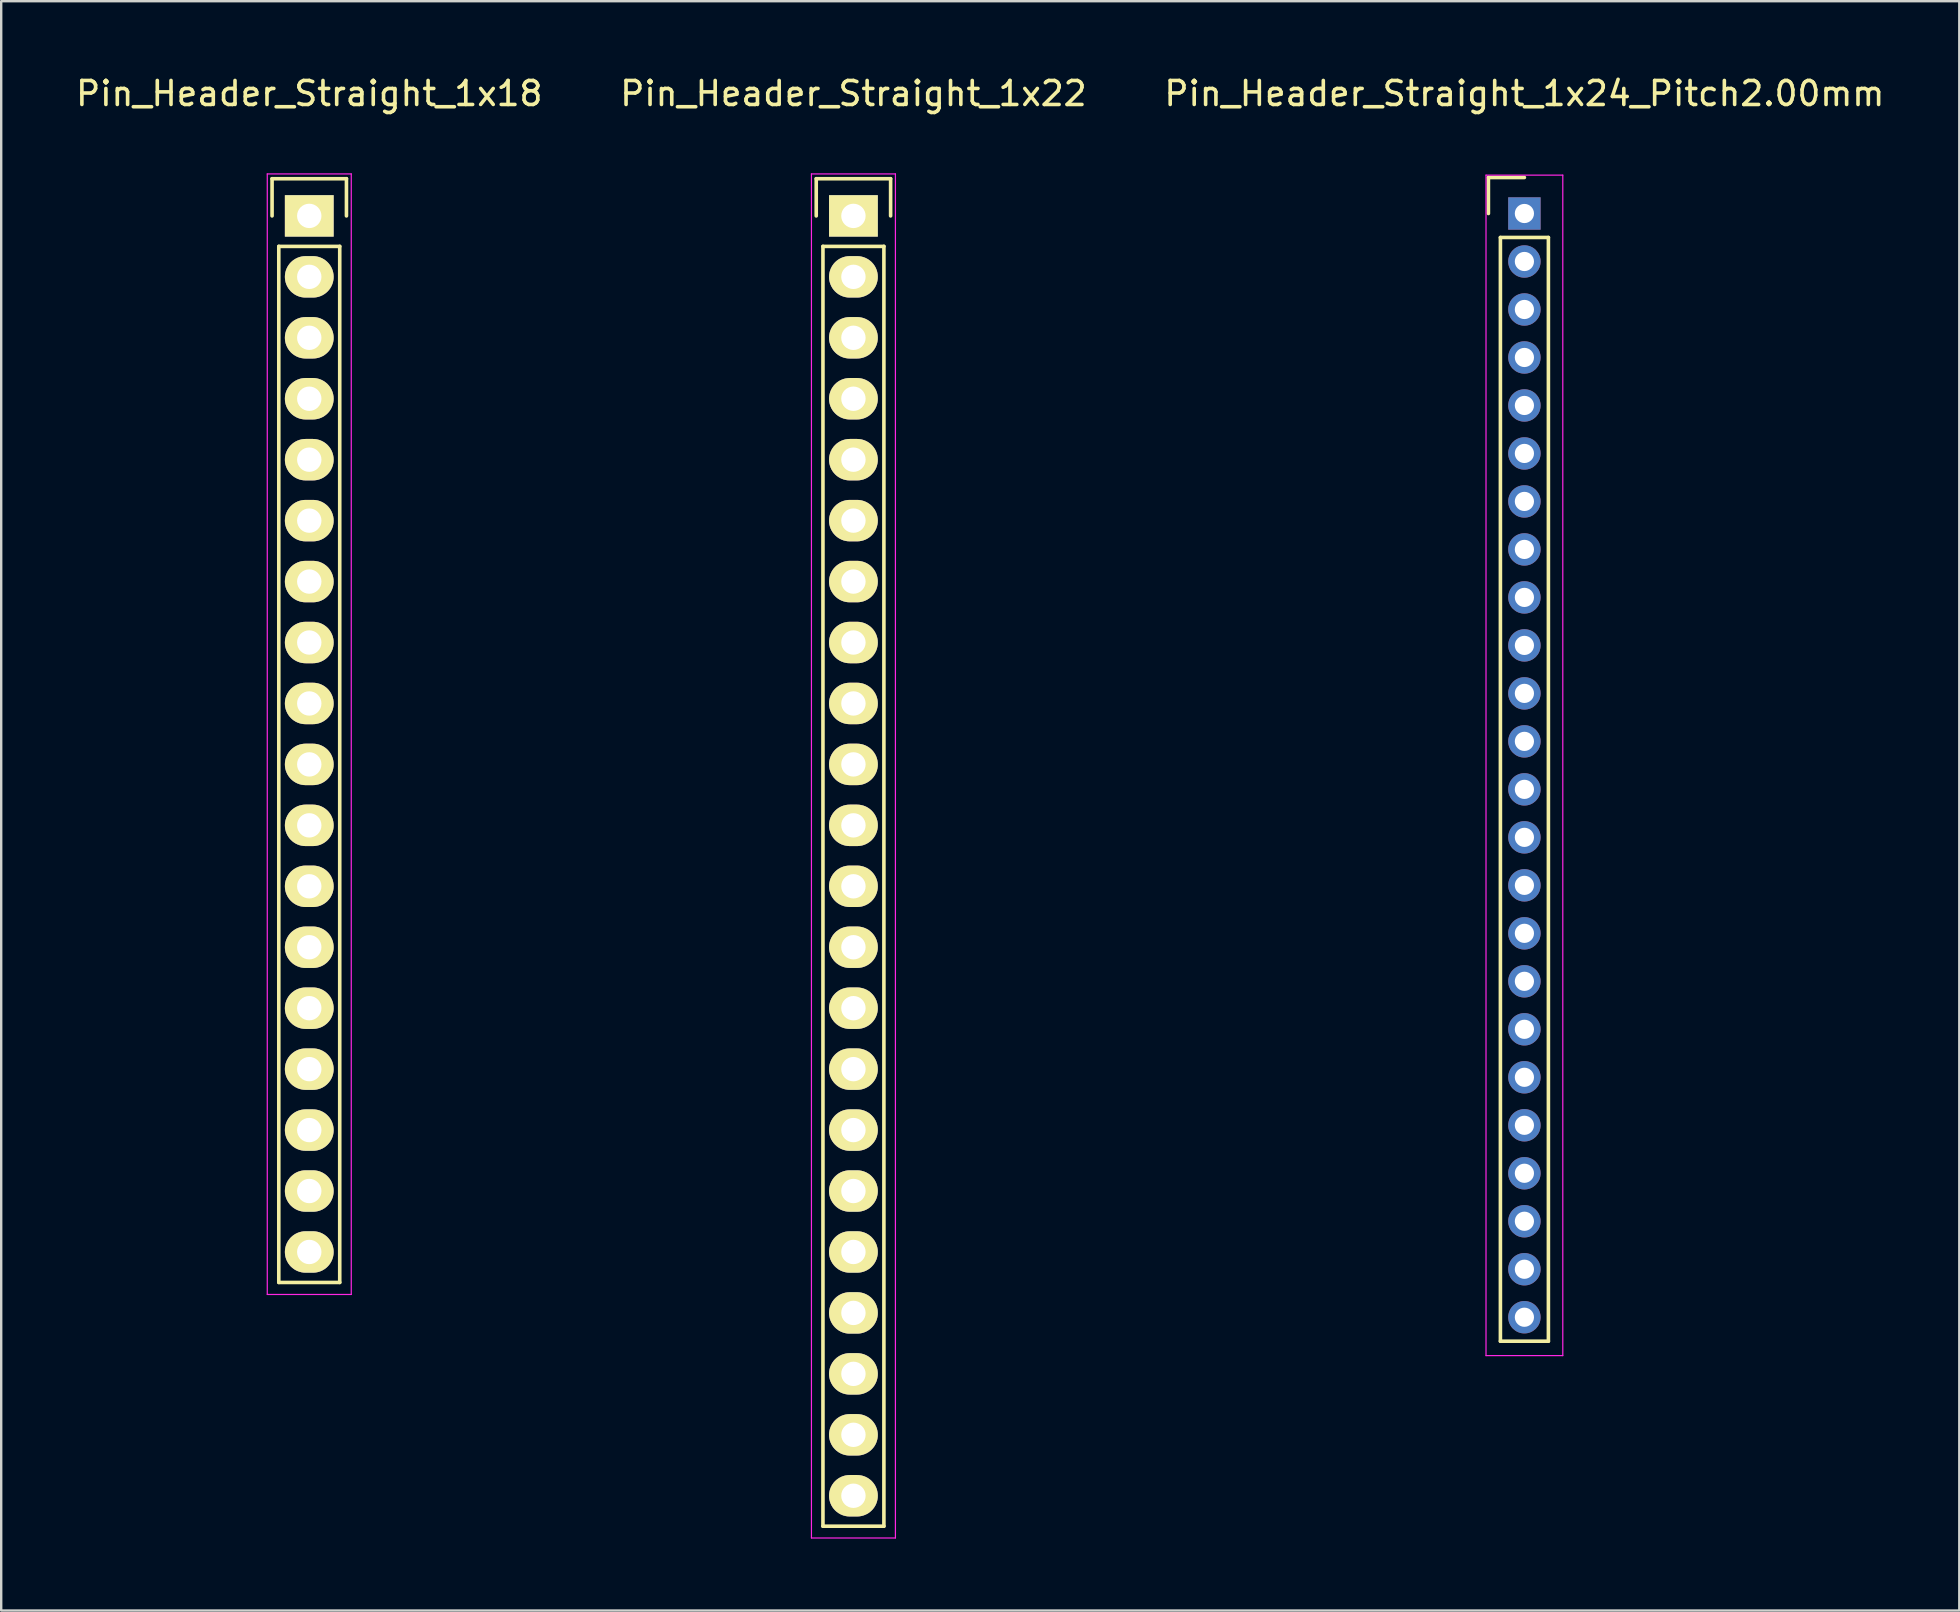
<source format=kicad_pcb>
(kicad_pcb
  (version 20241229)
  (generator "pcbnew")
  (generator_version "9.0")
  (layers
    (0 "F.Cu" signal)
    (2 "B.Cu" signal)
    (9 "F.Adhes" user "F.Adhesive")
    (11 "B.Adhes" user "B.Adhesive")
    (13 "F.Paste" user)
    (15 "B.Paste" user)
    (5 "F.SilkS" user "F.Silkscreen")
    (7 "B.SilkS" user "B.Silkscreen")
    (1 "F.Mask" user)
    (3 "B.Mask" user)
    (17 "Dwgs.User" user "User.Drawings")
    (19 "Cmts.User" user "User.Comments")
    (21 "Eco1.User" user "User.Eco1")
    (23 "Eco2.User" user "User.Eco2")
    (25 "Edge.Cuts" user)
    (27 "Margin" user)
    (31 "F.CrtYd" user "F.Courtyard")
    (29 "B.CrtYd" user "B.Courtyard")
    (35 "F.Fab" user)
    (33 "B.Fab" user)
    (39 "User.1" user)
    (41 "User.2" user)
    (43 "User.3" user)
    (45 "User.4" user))
  (footprint "Pin_Header_Straight_1x18"
    (layer "F.Cu")
    (at 9.839 5.948)
    (property "Reference" "Pin_Header_Straight_1x18" (at 0 -5.1 0) (layer "F.SilkS") (effects (font (size 1 1) (thickness 0.15))))
    (attr through_hole)
    (fp_line (start -1.55 -1.55) (end 1.55 -1.55) (stroke (width 0.15) (type solid)) (layer "F.SilkS"))
    (fp_line (start -1.55 0) (end -1.55 -1.55) (stroke (width 0.15) (type solid)) (layer "F.SilkS"))
    (fp_line (start -1.27 44.45) (end -1.27 1.27) (stroke (width 0.15) (type solid)) (layer "F.SilkS"))
    (fp_line (start 1.27 1.27) (end -1.27 1.27) (stroke (width 0.15) (type solid)) (layer "F.SilkS"))
    (fp_line (start 1.27 1.27) (end 1.27 44.45) (stroke (width 0.15) (type solid)) (layer "F.SilkS"))
    (fp_line (start 1.27 44.45) (end -1.27 44.45) (stroke (width 0.15) (type solid)) (layer "F.SilkS"))
    (fp_line (start 1.55 -1.55) (end 1.55 0) (stroke (width 0.15) (type solid)) (layer "F.SilkS"))
    (fp_line (start -1.75 -1.75) (end -1.75 44.95) (stroke (width 0.05) (type solid)) (layer "F.CrtYd"))
    (fp_line (start -1.75 -1.75) (end 1.75 -1.75) (stroke (width 0.05) (type solid)) (layer "F.CrtYd"))
    (fp_line (start -1.75 44.95) (end 1.75 44.95) (stroke (width 0.05) (type solid)) (layer "F.CrtYd"))
    (fp_line (start 1.75 -1.75) (end 1.75 44.95) (stroke (width 0.05) (type solid)) (layer "F.CrtYd"))
    (pad "1" thru_hole rect (at 0 0) (size 2.032 1.727) (drill 1.016) (layers "*.Cu" "*.Mask" "F.SilkS"))
    (pad "2" thru_hole oval (at 0 2.54) (size 2.032 1.727) (drill 1.016) (layers "*.Cu" "*.Mask" "F.SilkS"))
    (pad "3" thru_hole oval (at 0 5.08) (size 2.032 1.727) (drill 1.016) (layers "*.Cu" "*.Mask" "F.SilkS"))
    (pad "4" thru_hole oval (at 0 7.62) (size 2.032 1.727) (drill 1.016) (layers "*.Cu" "*.Mask" "F.SilkS"))
    (pad "5" thru_hole oval (at 0 10.16) (size 2.032 1.727) (drill 1.016) (layers "*.Cu" "*.Mask" "F.SilkS"))
    (pad "6" thru_hole oval (at 0 12.7) (size 2.032 1.727) (drill 1.016) (layers "*.Cu" "*.Mask" "F.SilkS"))
    (pad "7" thru_hole oval (at 0 15.24) (size 2.032 1.727) (drill 1.016) (layers "*.Cu" "*.Mask" "F.SilkS"))
    (pad "8" thru_hole oval (at 0 17.78) (size 2.032 1.727) (drill 1.016) (layers "*.Cu" "*.Mask" "F.SilkS"))
    (pad "9" thru_hole oval (at 0 20.32) (size 2.032 1.727) (drill 1.016) (layers "*.Cu" "*.Mask" "F.SilkS"))
    (pad "10" thru_hole oval (at 0 22.86) (size 2.032 1.727) (drill 1.016) (layers "*.Cu" "*.Mask" "F.SilkS"))
    (pad "11" thru_hole oval (at 0 25.4) (size 2.032 1.727) (drill 1.016) (layers "*.Cu" "*.Mask" "F.SilkS"))
    (pad "12" thru_hole oval (at 0 27.94) (size 2.032 1.727) (drill 1.016) (layers "*.Cu" "*.Mask" "F.SilkS"))
    (pad "13" thru_hole oval (at 0 30.48) (size 2.032 1.727) (drill 1.016) (layers "*.Cu" "*.Mask" "F.SilkS"))
    (pad "14" thru_hole oval (at 0 33.02) (size 2.032 1.727) (drill 1.016) (layers "*.Cu" "*.Mask" "F.SilkS"))
    (pad "15" thru_hole oval (at 0 35.56) (size 2.032 1.727) (drill 1.016) (layers "*.Cu" "*.Mask" "F.SilkS"))
    (pad "16" thru_hole oval (at 0 38.1) (size 2.032 1.727) (drill 1.016) (layers "*.Cu" "*.Mask" "F.SilkS"))
    (pad "17" thru_hole oval (at 0 40.64) (size 2.032 1.727) (drill 1.016) (layers "*.Cu" "*.Mask" "F.SilkS"))
    (pad "18" thru_hole oval (at 0 43.18) (size 2.032 1.727) (drill 1.016) (layers "*.Cu" "*.Mask" "F.SilkS")))
  (footprint "Pin_Header_Straight_1x24_Pitch2.00mm"
    (layer "F.Cu")
    (at 60.482 5.848)
    (property "Reference" "Pin_Header_Straight_1x24_Pitch2.00mm" (at 0 -5 0) (layer "F.SilkS") (effects (font (size 1 1) (thickness 0.15))))
    (attr through_hole)
    (fp_line (start -1.5 -1.5) (end 0 -1.5) (stroke (width 0.15) (type solid)) (layer "F.SilkS"))
    (fp_line (start -1.5 0) (end -1.5 -1.5) (stroke (width 0.15) (type solid)) (layer "F.SilkS"))
    (fp_line (start -1 1) (end 1 1) (stroke (width 0.15) (type solid)) (layer "F.SilkS"))
    (fp_line (start -1 47) (end -1 1) (stroke (width 0.15) (type solid)) (layer "F.SilkS"))
    (fp_line (start 1 1) (end 1 47) (stroke (width 0.15) (type solid)) (layer "F.SilkS"))
    (fp_line (start 1 47) (end -1 47) (stroke (width 0.15) (type solid)) (layer "F.SilkS"))
    (fp_line (start -1.6 -1.6) (end 1.6 -1.6) (stroke (width 0.05) (type solid)) (layer "F.CrtYd"))
    (fp_line (start -1.6 47.6) (end -1.6 -1.6) (stroke (width 0.05) (type solid)) (layer "F.CrtYd"))
    (fp_line (start 1.6 -1.6) (end 1.6 47.6) (stroke (width 0.05) (type solid)) (layer "F.CrtYd"))
    (fp_line (start 1.6 47.6) (end -1.6 47.6) (stroke (width 0.05) (type solid)) (layer "F.CrtYd"))
    (pad "1" thru_hole rect (at 0 0) (size 1.35 1.35) (drill 0.8) (layers "*.Cu" "*.Mask"))
    (pad "2" thru_hole circle (at 0 2) (size 1.35 1.35) (drill 0.8) (layers "*.Cu" "*.Mask"))
    (pad "3" thru_hole circle (at 0 4) (size 1.35 1.35) (drill 0.8) (layers "*.Cu" "*.Mask"))
    (pad "4" thru_hole circle (at 0 6) (size 1.35 1.35) (drill 0.8) (layers "*.Cu" "*.Mask"))
    (pad "5" thru_hole circle (at 0 8) (size 1.35 1.35) (drill 0.8) (layers "*.Cu" "*.Mask"))
    (pad "6" thru_hole circle (at 0 10) (size 1.35 1.35) (drill 0.8) (layers "*.Cu" "*.Mask"))
    (pad "7" thru_hole circle (at 0 12) (size 1.35 1.35) (drill 0.8) (layers "*.Cu" "*.Mask"))
    (pad "8" thru_hole circle (at 0 14) (size 1.35 1.35) (drill 0.8) (layers "*.Cu" "*.Mask"))
    (pad "9" thru_hole circle (at 0 16) (size 1.35 1.35) (drill 0.8) (layers "*.Cu" "*.Mask"))
    (pad "10" thru_hole circle (at 0 18) (size 1.35 1.35) (drill 0.8) (layers "*.Cu" "*.Mask"))
    (pad "11" thru_hole circle (at 0 20) (size 1.35 1.35) (drill 0.8) (layers "*.Cu" "*.Mask"))
    (pad "12" thru_hole circle (at 0 22) (size 1.35 1.35) (drill 0.8) (layers "*.Cu" "*.Mask"))
    (pad "13" thru_hole circle (at 0 24) (size 1.35 1.35) (drill 0.8) (layers "*.Cu" "*.Mask"))
    (pad "14" thru_hole circle (at 0 26) (size 1.35 1.35) (drill 0.8) (layers "*.Cu" "*.Mask"))
    (pad "15" thru_hole circle (at 0 28) (size 1.35 1.35) (drill 0.8) (layers "*.Cu" "*.Mask"))
    (pad "16" thru_hole circle (at 0 30) (size 1.35 1.35) (drill 0.8) (layers "*.Cu" "*.Mask"))
    (pad "17" thru_hole circle (at 0 32) (size 1.35 1.35) (drill 0.8) (layers "*.Cu" "*.Mask"))
    (pad "18" thru_hole circle (at 0 34) (size 1.35 1.35) (drill 0.8) (layers "*.Cu" "*.Mask"))
    (pad "19" thru_hole circle (at 0 36) (size 1.35 1.35) (drill 0.8) (layers "*.Cu" "*.Mask"))
    (pad "20" thru_hole circle (at 0 38) (size 1.35 1.35) (drill 0.8) (layers "*.Cu" "*.Mask"))
    (pad "21" thru_hole circle (at 0 40) (size 1.35 1.35) (drill 0.8) (layers "*.Cu" "*.Mask"))
    (pad "22" thru_hole circle (at 0 42) (size 1.35 1.35) (drill 0.8) (layers "*.Cu" "*.Mask"))
    (pad "23" thru_hole circle (at 0 44) (size 1.35 1.35) (drill 0.8) (layers "*.Cu" "*.Mask"))
    (pad "24" thru_hole circle (at 0 46) (size 1.35 1.35) (drill 0.8) (layers "*.Cu" "*.Mask")))
  (footprint "Pin_Header_Straight_1x22"
    (layer "F.Cu")
    (at 32.518 5.948)
    (property "Reference" "Pin_Header_Straight_1x22" (at 0 -5.1 0) (layer "F.SilkS") (effects (font (size 1 1) (thickness 0.15))))
    (attr through_hole)
    (fp_line (start -1.55 -1.55) (end 1.55 -1.55) (stroke (width 0.15) (type solid)) (layer "F.SilkS"))
    (fp_line (start -1.55 0) (end -1.55 -1.55) (stroke (width 0.15) (type solid)) (layer "F.SilkS"))
    (fp_line (start -1.27 1.27) (end -1.27 54.61) (stroke (width 0.15) (type solid)) (layer "F.SilkS"))
    (fp_line (start -1.27 54.61) (end 1.27 54.61) (stroke (width 0.15) (type solid)) (layer "F.SilkS"))
    (fp_line (start 1.27 1.27) (end -1.27 1.27) (stroke (width 0.15) (type solid)) (layer "F.SilkS"))
    (fp_line (start 1.27 54.61) (end 1.27 1.27) (stroke (width 0.15) (type solid)) (layer "F.SilkS"))
    (fp_line (start 1.55 -1.55) (end 1.55 0) (stroke (width 0.15) (type solid)) (layer "F.SilkS"))
    (fp_line (start -1.75 -1.75) (end -1.75 55.1) (stroke (width 0.05) (type solid)) (layer "F.CrtYd"))
    (fp_line (start -1.75 -1.75) (end 1.75 -1.75) (stroke (width 0.05) (type solid)) (layer "F.CrtYd"))
    (fp_line (start -1.75 55.1) (end 1.75 55.1) (stroke (width 0.05) (type solid)) (layer "F.CrtYd"))
    (fp_line (start 1.75 -1.75) (end 1.75 55.1) (stroke (width 0.05) (type solid)) (layer "F.CrtYd"))
    (pad "1" thru_hole rect (at 0 0) (size 2.032 1.727) (drill 1.016) (layers "*.Cu" "*.Mask" "F.SilkS"))
    (pad "2" thru_hole oval (at 0 2.54) (size 2.032 1.727) (drill 1.016) (layers "*.Cu" "*.Mask" "F.SilkS"))
    (pad "3" thru_hole oval (at 0 5.08) (size 2.032 1.727) (drill 1.016) (layers "*.Cu" "*.Mask" "F.SilkS"))
    (pad "4" thru_hole oval (at 0 7.62) (size 2.032 1.727) (drill 1.016) (layers "*.Cu" "*.Mask" "F.SilkS"))
    (pad "5" thru_hole oval (at 0 10.16) (size 2.032 1.727) (drill 1.016) (layers "*.Cu" "*.Mask" "F.SilkS"))
    (pad "6" thru_hole oval (at 0 12.7) (size 2.032 1.727) (drill 1.016) (layers "*.Cu" "*.Mask" "F.SilkS"))
    (pad "7" thru_hole oval (at 0 15.24) (size 2.032 1.727) (drill 1.016) (layers "*.Cu" "*.Mask" "F.SilkS"))
    (pad "8" thru_hole oval (at 0 17.78) (size 2.032 1.727) (drill 1.016) (layers "*.Cu" "*.Mask" "F.SilkS"))
    (pad "9" thru_hole oval (at 0 20.32) (size 2.032 1.727) (drill 1.016) (layers "*.Cu" "*.Mask" "F.SilkS"))
    (pad "10" thru_hole oval (at 0 22.86) (size 2.032 1.727) (drill 1.016) (layers "*.Cu" "*.Mask" "F.SilkS"))
    (pad "11" thru_hole oval (at 0 25.4) (size 2.032 1.727) (drill 1.016) (layers "*.Cu" "*.Mask" "F.SilkS"))
    (pad "12" thru_hole oval (at 0 27.94) (size 2.032 1.727) (drill 1.016) (layers "*.Cu" "*.Mask" "F.SilkS"))
    (pad "13" thru_hole oval (at 0 30.48) (size 2.032 1.727) (drill 1.016) (layers "*.Cu" "*.Mask" "F.SilkS"))
    (pad "14" thru_hole oval (at 0 33.02) (size 2.032 1.727) (drill 1.016) (layers "*.Cu" "*.Mask" "F.SilkS"))
    (pad "15" thru_hole oval (at 0 35.56) (size 2.032 1.727) (drill 1.016) (layers "*.Cu" "*.Mask" "F.SilkS"))
    (pad "16" thru_hole oval (at 0 38.1) (size 2.032 1.727) (drill 1.016) (layers "*.Cu" "*.Mask" "F.SilkS"))
    (pad "17" thru_hole oval (at 0 40.64) (size 2.032 1.727) (drill 1.016) (layers "*.Cu" "*.Mask" "F.SilkS"))
    (pad "18" thru_hole oval (at 0 43.18) (size 2.032 1.727) (drill 1.016) (layers "*.Cu" "*.Mask" "F.SilkS"))
    (pad "19" thru_hole oval (at 0 45.72) (size 2.032 1.727) (drill 1.016) (layers "*.Cu" "*.Mask" "F.SilkS"))
    (pad "20" thru_hole oval (at 0 48.26) (size 2.032 1.727) (drill 1.016) (layers "*.Cu" "*.Mask" "F.SilkS"))
    (pad "21" thru_hole oval (at 0 50.8) (size 2.032 1.727) (drill 1.016) (layers "*.Cu" "*.Mask" "F.SilkS"))
    (pad "22" thru_hole oval (at 0 53.34) (size 2.032 1.727) (drill 1.016) (layers "*.Cu" "*.Mask" "F.SilkS")))
  (gr_rect
    (start -3 -3)
    (end 78.607 64.073)
    (stroke (width 0.1) (type default))
    (fill no)
    (layer "Edge.Cuts")))
</source>
